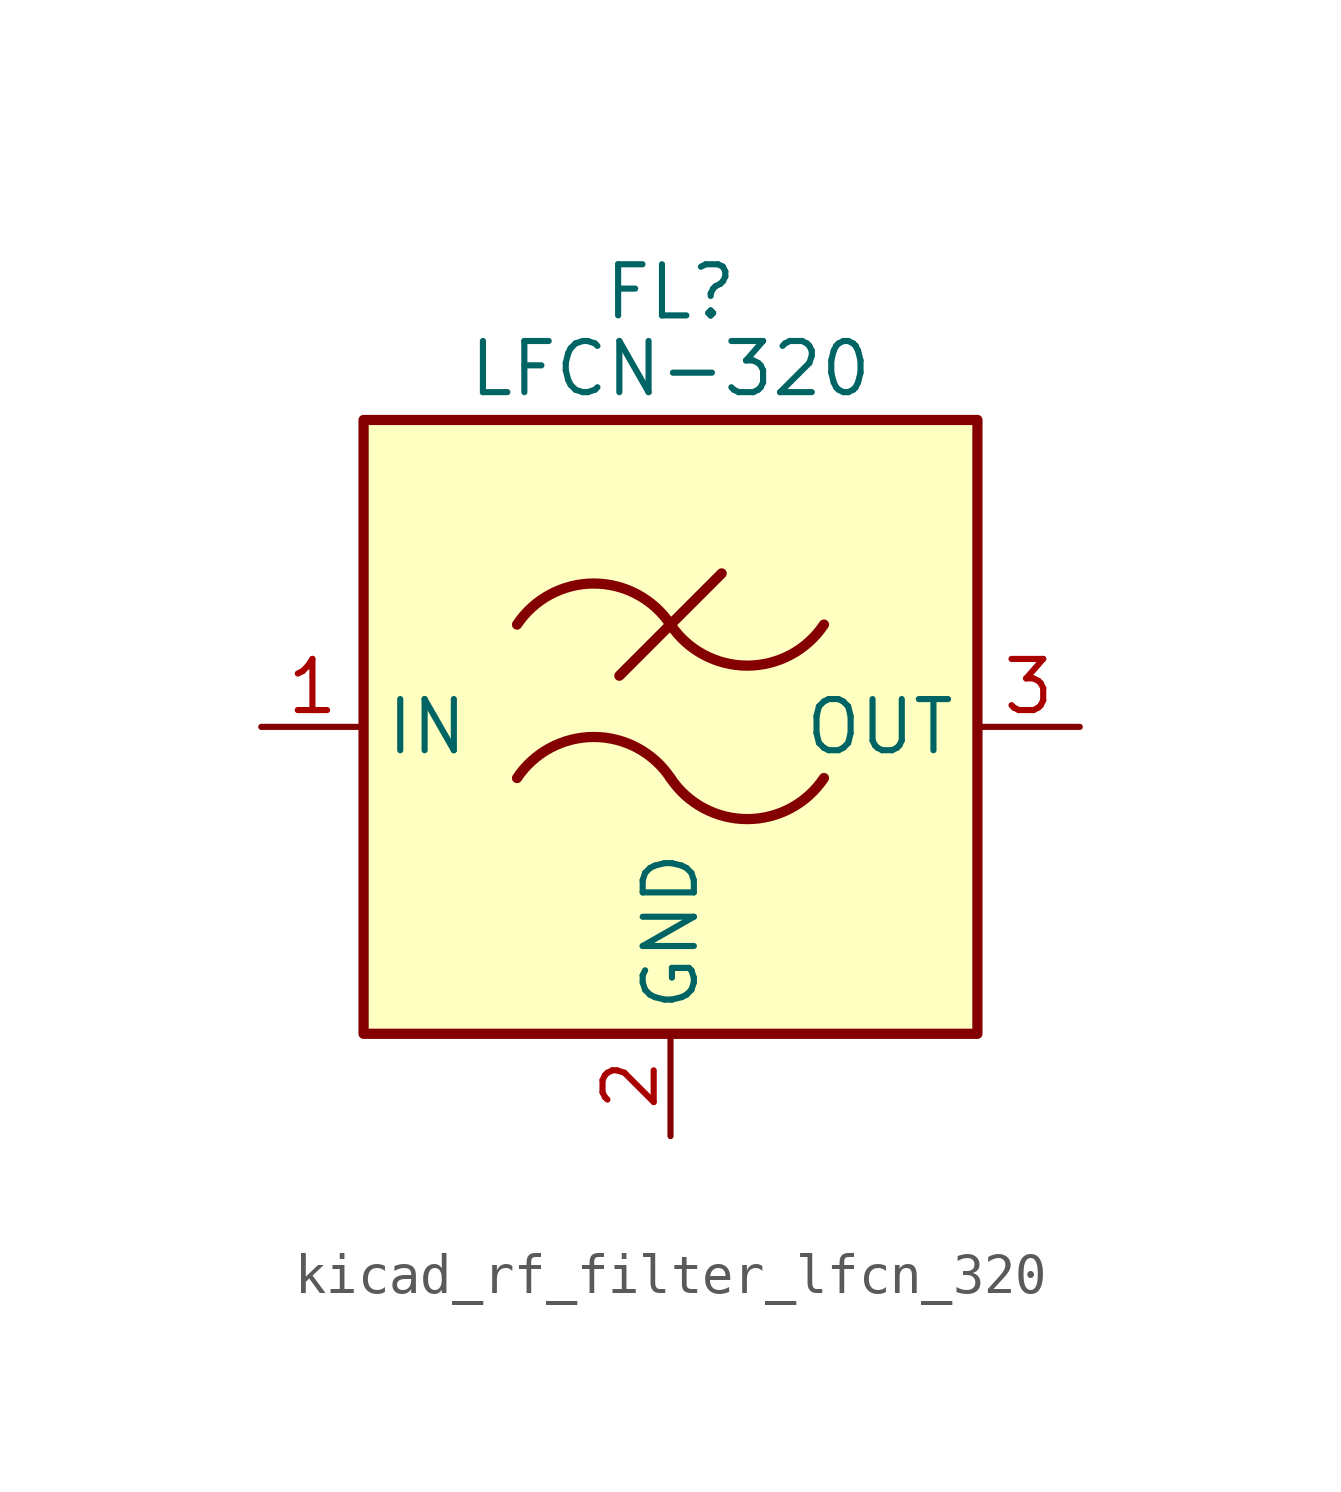
<source format=kicad_sym>
(kicad_symbol_lib
  (version 20220914)
  (generator kicad_symbol_editor)
  (symbol "kicad_rf_filter_lfcn_320"
    (property "Reference" "FL"
      (at 0 10.795 0)
      (effects (font (size 1.27 1.27))))
    (property "Value" "LFCN-320"
      (at 0 8.89 0)
      (effects (font (size 1.27 1.27))))
    (symbol "kicad_rf_filter_lfcn_320_0_1"
      (rectangle (start -7.62 7.62) (end 7.62 -7.62) (stroke (width 0.254) (type default)) (fill (type background)))
      (arc (start 0 -1.27) (mid -1.905 -0.2505) (end -3.81 -1.27) (stroke (width 0.254) (type default)) (fill (type none)))
      (arc (start 0 -1.27) (mid 1.905 -2.2895) (end 3.81 -1.27) (stroke (width 0.254) (type default)) (fill (type none)))
      (polyline (pts (xy -1.27 1.27) (xy 1.27 3.81)) (stroke (width 0.254) (type default)) (fill (type none)))
      (arc (start 0 2.54) (mid -1.905 3.5595) (end -3.81 2.54) (stroke (width 0.254) (type default)) (fill (type none)))
      (arc (start 0 2.54) (mid 1.905 1.5205) (end 3.81 2.54) (stroke (width 0.254) (type default)) (fill (type none))))
    (symbol "kicad_rf_filter_lfcn_320_1_1"
      (pin passive line (at -10.16 0 0) (length 2.54) (name "IN" (effects (font (size 1.27 1.27)))) (number "1" (effects (font (size 1.27 1.27)))))
      (pin passive line (at 0 -10.16 90) (length 2.54) (name "GND" (effects (font (size 1.27 1.27)))) (number "2" (effects (font (size 1.27 1.27)))))
      (pin passive line (at 10.16 0 180) (length 2.54) (name "OUT" (effects (font (size 1.27 1.27)))) (number "3" (effects (font (size 1.27 1.27)))))
      (pin passive line (at 0 -10.16 90) (length 2.54) hide (name "GND" (effects (font (size 1.27 1.27)))) (number "4" (effects (font (size 1.27 1.27))))))))
</source>
